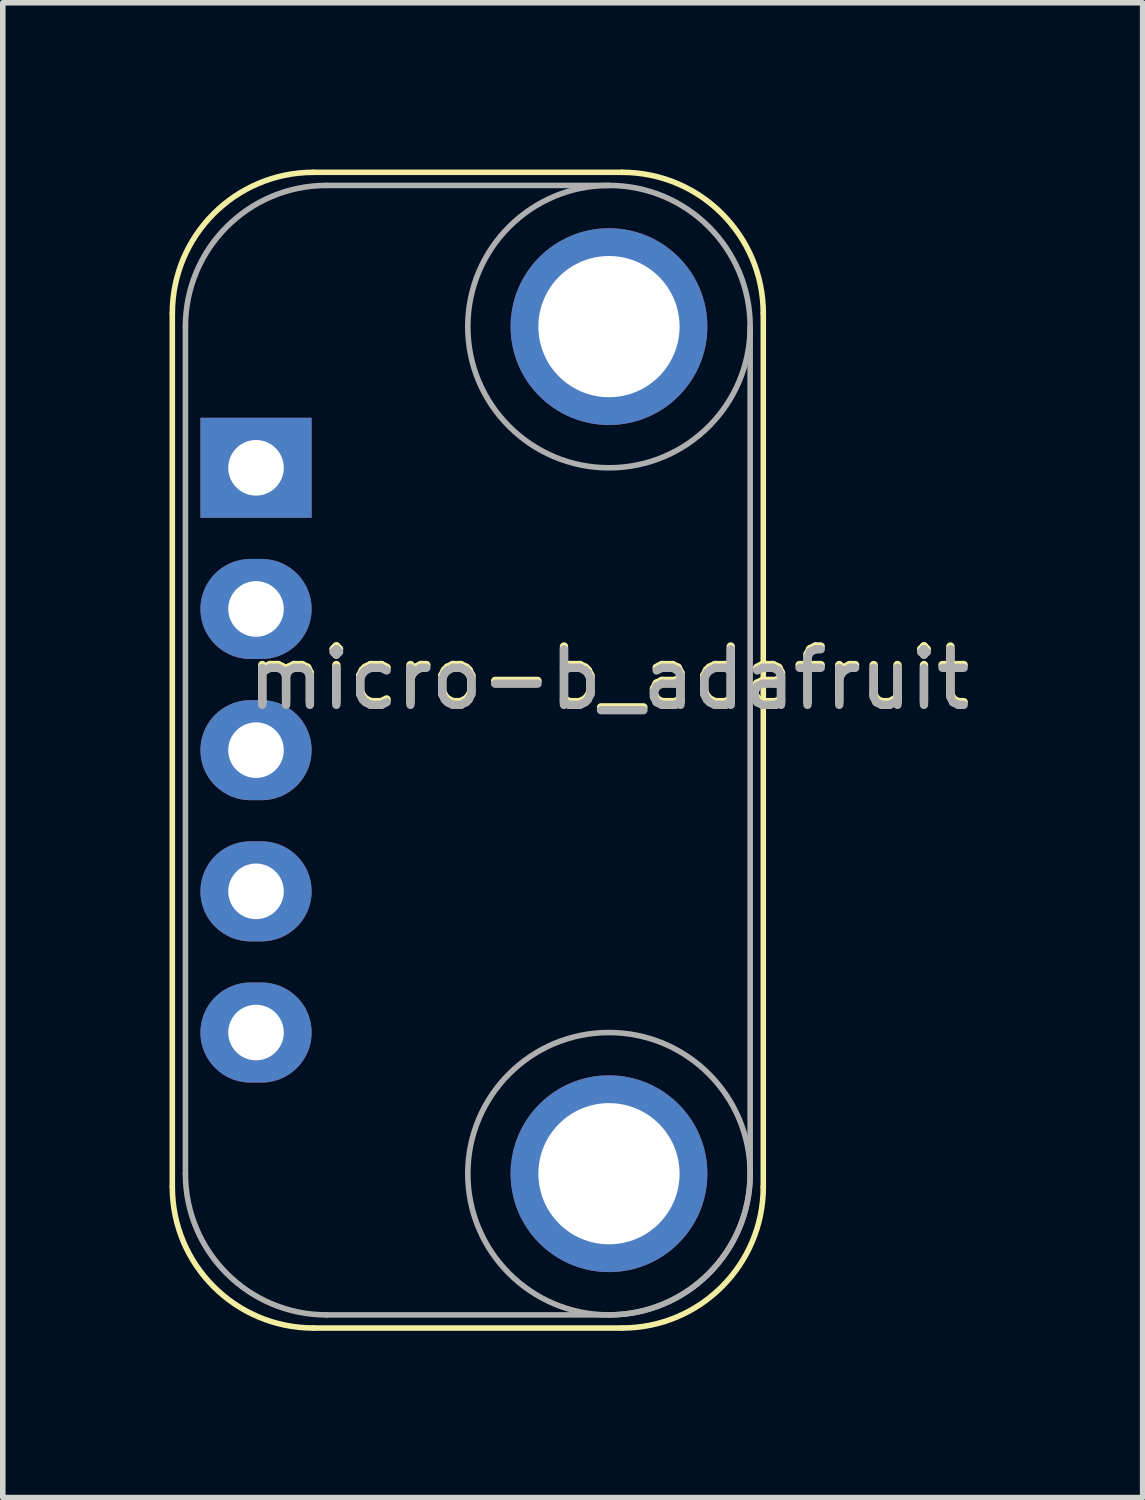
<source format=kicad_pcb>
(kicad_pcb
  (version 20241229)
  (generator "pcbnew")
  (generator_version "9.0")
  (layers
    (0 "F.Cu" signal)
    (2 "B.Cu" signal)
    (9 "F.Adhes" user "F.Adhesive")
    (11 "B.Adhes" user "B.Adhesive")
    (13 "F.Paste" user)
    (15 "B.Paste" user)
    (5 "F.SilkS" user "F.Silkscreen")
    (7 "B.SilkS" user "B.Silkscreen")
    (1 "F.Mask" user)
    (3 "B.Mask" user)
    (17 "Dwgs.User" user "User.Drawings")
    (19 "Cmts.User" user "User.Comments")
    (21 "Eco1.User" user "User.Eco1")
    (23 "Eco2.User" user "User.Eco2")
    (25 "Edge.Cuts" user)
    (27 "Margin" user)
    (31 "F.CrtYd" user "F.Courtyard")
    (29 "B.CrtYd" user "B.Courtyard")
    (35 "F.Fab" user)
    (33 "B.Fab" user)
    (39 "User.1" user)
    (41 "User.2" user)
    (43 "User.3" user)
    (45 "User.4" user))
  (footprint "micro-b_adafruit"
    (layer "F.Cu")
    (at 7.906 2.826)
    (property "Reference" "micro-b_adafruit" (at 0 6.3 0) (unlocked yes) (layer "F.SilkS") (effects (font (size 1 1) (thickness 0.15))))
    (attr through_hole)
    (fp_line (start -7.856 15.476) (end -7.856 -0.236) (stroke (width 0.1) (type solid)) (layer "F.SilkS"))
    (fp_line (start -5.316 -2.776) (end 0.236 -2.776) (stroke (width 0.1) (type solid)) (layer "F.SilkS"))
    (fp_line (start 0.236 18.016) (end -5.316 18.016) (stroke (width 0.1) (type solid)) (layer "F.SilkS"))
    (fp_line (start 2.776 -0.236) (end 2.776 15.476) (stroke (width 0.1) (type solid)) (layer "F.SilkS"))
    (fp_arc (start -7.855949 -0.235949) (mid -7.112 -2.032) (end -5.315949 -2.775949) (stroke (width 0.1) (type solid)) (layer "F.SilkS"))
    (fp_arc (start -5.315949 18.015949) (mid -7.112 17.272) (end -7.855949 15.475949) (stroke (width 0.1) (type solid)) (layer "F.SilkS"))
    (fp_arc (start 0.235949 -2.775949) (mid 2.032 -2.032) (end 2.775949 -0.235949) (stroke (width 0.1) (type solid)) (layer "F.SilkS"))
    (fp_arc (start 2.775949 15.475949) (mid 2.032 17.272) (end 0.235949 18.015949) (stroke (width 0.1) (type solid)) (layer "F.SilkS"))
    (fp_line (start -7.62 15.24) (end -7.62 0) (stroke (width 0.1) (type solid)) (layer "F.Fab"))
    (fp_line (start -5.08 -2.54) (end 0 -2.54) (stroke (width 0.1) (type solid)) (layer "F.Fab"))
    (fp_line (start 0 17.78) (end -5.08 17.78) (stroke (width 0.1) (type solid)) (layer "F.Fab"))
    (fp_line (start 2.54 0) (end 2.54 15.24) (stroke (width 0.1) (type solid)) (layer "F.Fab"))
    (fp_arc (start -7.62 0) (mid -6.876051 -1.796051) (end -5.08 -2.54) (stroke (width 0.1) (type solid)) (layer "F.Fab"))
    (fp_arc (start -5.08 17.78) (mid -6.876051 17.036051) (end -7.62 15.24) (stroke (width 0.1) (type solid)) (layer "F.Fab"))
    (fp_arc (start 2.54 15.24) (mid 1.796051 17.036051) (end 0 17.78) (stroke (width 0.1) (type solid)) (layer "F.Fab"))
    (fp_circle (center 0 0) (end 0 -2.54) (stroke (width 0.1) (type solid)) (fill no) (layer "F.Fab"))
    (fp_circle (center 0 15.24) (end 1.796 17.036) (stroke (width 0.1) (type solid)) (fill no) (layer "F.Fab"))
    (fp_text user "${REFERENCE}" (at 0 6.35 0) (unlocked yes) (layer "F.Fab") (effects (font (size 1 1) (thickness 0.15))))
    (pad "" np_thru_hole circle (at 0 0) (size 3.54 3.54) (drill 2.54) (layers "*.Cu" "*.Mask"))
    (pad "" np_thru_hole circle (at 0 15.24) (size 3.54 3.54) (drill 2.54) (layers "*.Cu" "*.Mask"))
    (pad "1" thru_hole rect (at -6.35 2.54) (size 2 1.8) (drill 1) (layers "*.Cu" "*.Mask"))
    (pad "2" thru_hole oval (at -6.35 5.08) (size 2 1.8) (drill 1) (layers "*.Cu" "*.Mask"))
    (pad "3" thru_hole oval (at -6.35 7.62) (size 2 1.8) (drill 1) (layers "*.Cu" "*.Mask"))
    (pad "4" thru_hole oval (at -6.35 10.16) (size 2 1.8) (drill 1) (layers "*.Cu" "*.Mask"))
    (pad "5" thru_hole oval (at -6.35 12.7) (size 2 1.8) (drill 1) (layers "*.Cu" "*.Mask")))
  (gr_rect
    (start -3 -3)
    (end 17.507 23.892)
    (stroke (width 0.1) (type default))
    (fill no)
    (layer "Edge.Cuts")))
</source>
